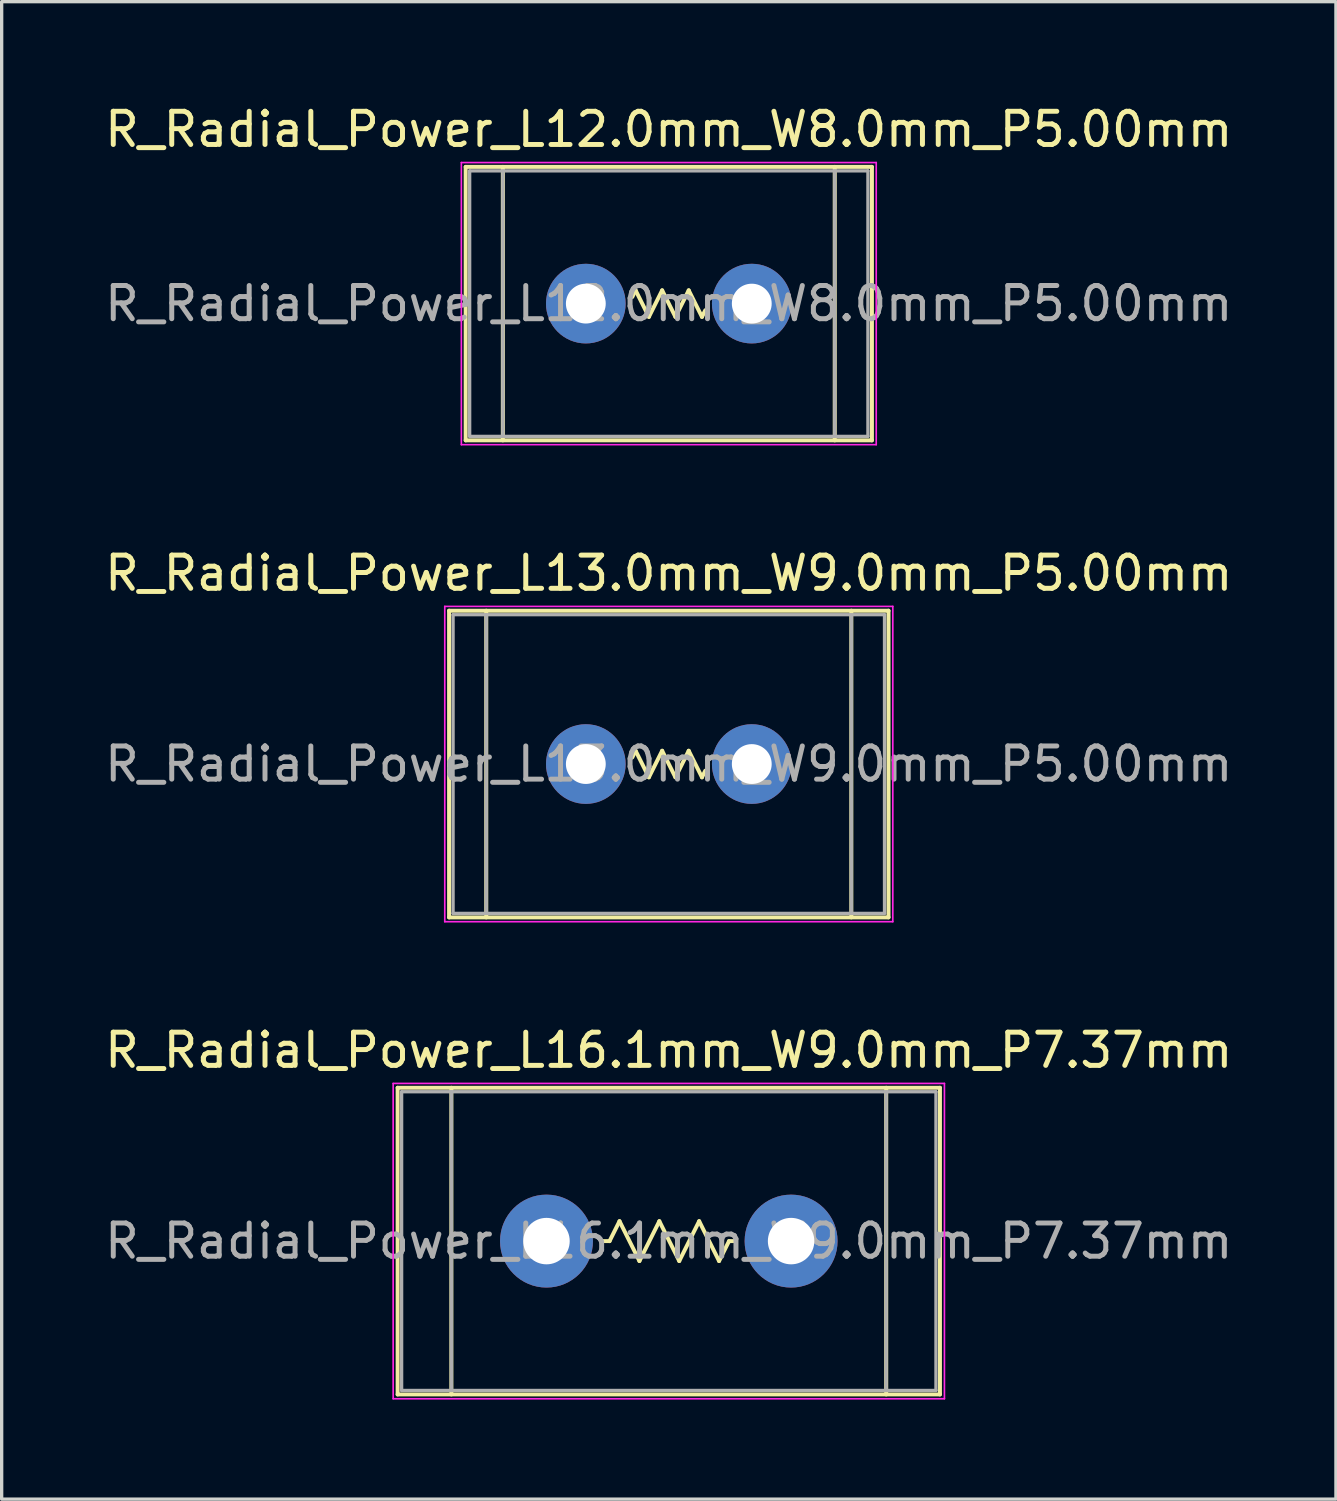
<source format=kicad_pcb>
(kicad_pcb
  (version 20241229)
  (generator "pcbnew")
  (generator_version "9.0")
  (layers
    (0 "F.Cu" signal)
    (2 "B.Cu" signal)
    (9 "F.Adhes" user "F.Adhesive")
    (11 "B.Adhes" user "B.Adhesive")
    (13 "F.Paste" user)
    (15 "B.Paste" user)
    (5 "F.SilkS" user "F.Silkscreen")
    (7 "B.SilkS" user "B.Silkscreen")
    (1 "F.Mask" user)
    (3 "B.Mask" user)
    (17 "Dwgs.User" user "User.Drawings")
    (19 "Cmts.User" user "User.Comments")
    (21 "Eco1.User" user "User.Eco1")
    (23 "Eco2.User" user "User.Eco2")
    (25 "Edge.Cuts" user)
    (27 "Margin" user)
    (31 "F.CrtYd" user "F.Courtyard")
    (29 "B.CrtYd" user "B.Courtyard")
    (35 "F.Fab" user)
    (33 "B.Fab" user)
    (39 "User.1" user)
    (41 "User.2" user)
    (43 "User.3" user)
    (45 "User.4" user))
  (footprint "R_Radial_Power_L13.0mm_W9.0mm_P5.00mm"
    (layer "F.Cu")
    (at 14.601 19.971)
    (property "Reference" "R_Radial_Power_L13.0mm_W9.0mm_P5.00mm" (at 2.5 -5.75 0) (layer "F.SilkS") (effects (font (size 1 1) (thickness 0.15))))
    (attr through_hole)
    (fp_line (start -4.12 -4.62) (end -4.12 4.62) (stroke (width 0.12) (type solid)) (layer "F.SilkS"))
    (fp_line (start -4.12 -4.62) (end 9.12 -4.62) (stroke (width 0.12) (type solid)) (layer "F.SilkS"))
    (fp_line (start -4.12 4.62) (end 9.12 4.62) (stroke (width 0.12) (type solid)) (layer "F.SilkS"))
    (fp_line (start -3 -4.62) (end -3 4.62) (stroke (width 0.12) (type solid)) (layer "F.SilkS"))
    (fp_line (start 1.4 -0.2) (end 1.5 -0.4) (stroke (width 0.12) (type solid)) (layer "F.SilkS"))
    (fp_line (start 1.5 -0.4) (end 1.9 0.4) (stroke (width 0.12) (type solid)) (layer "F.SilkS"))
    (fp_line (start 1.9 0.4) (end 2.3 -0.4) (stroke (width 0.12) (type solid)) (layer "F.SilkS"))
    (fp_line (start 2.3 -0.4) (end 2.7 0.4) (stroke (width 0.12) (type solid)) (layer "F.SilkS"))
    (fp_line (start 2.7 0.4) (end 3.1 -0.4) (stroke (width 0.12) (type solid)) (layer "F.SilkS"))
    (fp_line (start 3.1 -0.4) (end 3.5 0.4) (stroke (width 0.12) (type solid)) (layer "F.SilkS"))
    (fp_line (start 3.5 0.4) (end 3.6 0.2) (stroke (width 0.12) (type solid)) (layer "F.SilkS"))
    (fp_line (start 8 -4.62) (end 8 4.62) (stroke (width 0.12) (type solid)) (layer "F.SilkS"))
    (fp_line (start 9.12 -4.62) (end 9.12 4.62) (stroke (width 0.12) (type solid)) (layer "F.SilkS"))
    (fp_line (start -4.25 -4.75) (end -4.25 4.75) (stroke (width 0.05) (type solid)) (layer "F.CrtYd"))
    (fp_line (start -4.25 4.75) (end 9.25 4.75) (stroke (width 0.05) (type solid)) (layer "F.CrtYd"))
    (fp_line (start 9.25 -4.75) (end -4.25 -4.75) (stroke (width 0.05) (type solid)) (layer "F.CrtYd"))
    (fp_line (start 9.25 4.75) (end 9.25 -4.75) (stroke (width 0.05) (type solid)) (layer "F.CrtYd"))
    (fp_line (start -4 -4.5) (end -4 4.5) (stroke (width 0.1) (type solid)) (layer "F.Fab"))
    (fp_line (start -4 4.5) (end 9 4.5) (stroke (width 0.1) (type solid)) (layer "F.Fab"))
    (fp_line (start -3 -4.5) (end -3 4.5) (stroke (width 0.1) (type solid)) (layer "F.Fab"))
    (fp_line (start 8 -4.5) (end 8 4.5) (stroke (width 0.1) (type solid)) (layer "F.Fab"))
    (fp_line (start 9 -4.5) (end -4 -4.5) (stroke (width 0.1) (type solid)) (layer "F.Fab"))
    (fp_line (start 9 4.5) (end 9 -4.5) (stroke (width 0.1) (type solid)) (layer "F.Fab"))
    (fp_text user "${REFERENCE}" (at 2.5 0 0) (layer "F.Fab") (effects (font (size 1 1) (thickness 0.15))))
    (pad "1" thru_hole circle (at 0 0) (size 2.4 2.4) (drill 1.2) (layers "*.Cu" "*.Mask"))
    (pad "2" thru_hole circle (at 5 0) (size 2.4 2.4) (drill 1.2) (layers "*.Cu" "*.Mask")))
  (footprint "R_Radial_Power_L16.1mm_W9.0mm_P7.37mm"
    (layer "F.Cu")
    (at 13.416 34.345)
    (property "Reference" "R_Radial_Power_L16.1mm_W9.0mm_P7.37mm" (at 3.685 -5.75 0) (layer "F.SilkS") (effects (font (size 1 1) (thickness 0.15))))
    (attr through_hole)
    (fp_line (start -4.485 -4.62) (end -4.485 4.62) (stroke (width 0.12) (type solid)) (layer "F.SilkS"))
    (fp_line (start -4.485 -4.62) (end 11.855 -4.62) (stroke (width 0.12) (type solid)) (layer "F.SilkS"))
    (fp_line (start -4.485 4.62) (end 11.855 4.62) (stroke (width 0.12) (type solid)) (layer "F.SilkS"))
    (fp_line (start -2.866 -4.62) (end -2.866 4.62) (stroke (width 0.12) (type solid)) (layer "F.SilkS"))
    (fp_line (start 1.9 0) (end 1.7 0) (stroke (width 0.12) (type solid)) (layer "F.SilkS"))
    (fp_line (start 1.9 0) (end 2.2 -0.6) (stroke (width 0.12) (type solid)) (layer "F.SilkS"))
    (fp_line (start 2.2 -0.6) (end 2.8 0.6) (stroke (width 0.12) (type solid)) (layer "F.SilkS"))
    (fp_line (start 2.8 0.6) (end 3.4 -0.6) (stroke (width 0.12) (type solid)) (layer "F.SilkS"))
    (fp_line (start 3.4 -0.6) (end 4 0.6) (stroke (width 0.12) (type solid)) (layer "F.SilkS"))
    (fp_line (start 4 0.6) (end 4.6 -0.6) (stroke (width 0.12) (type solid)) (layer "F.SilkS"))
    (fp_line (start 4.6 -0.6) (end 5.2 0.6) (stroke (width 0.12) (type solid)) (layer "F.SilkS"))
    (fp_line (start 5.2 0.6) (end 5.5 0) (stroke (width 0.12) (type solid)) (layer "F.SilkS"))
    (fp_line (start 5.5 0) (end 5.7 0) (stroke (width 0.12) (type solid)) (layer "F.SilkS"))
    (fp_line (start 10.236 -4.62) (end 10.236 4.62) (stroke (width 0.12) (type solid)) (layer "F.SilkS"))
    (fp_line (start 11.855 -4.62) (end 11.855 4.62) (stroke (width 0.12) (type solid)) (layer "F.SilkS"))
    (fp_line (start -4.62 -4.75) (end -4.62 4.75) (stroke (width 0.05) (type solid)) (layer "F.CrtYd"))
    (fp_line (start -4.62 4.75) (end 11.99 4.75) (stroke (width 0.05) (type solid)) (layer "F.CrtYd"))
    (fp_line (start 11.99 -4.75) (end -4.62 -4.75) (stroke (width 0.05) (type solid)) (layer "F.CrtYd"))
    (fp_line (start 11.99 4.75) (end 11.99 -4.75) (stroke (width 0.05) (type solid)) (layer "F.CrtYd"))
    (fp_line (start -4.365 -4.5) (end -4.365 4.5) (stroke (width 0.1) (type solid)) (layer "F.Fab"))
    (fp_line (start -4.365 4.5) (end 11.735 4.5) (stroke (width 0.1) (type solid)) (layer "F.Fab"))
    (fp_line (start -2.865 -4.5) (end -2.865 4.5) (stroke (width 0.1) (type solid)) (layer "F.Fab"))
    (fp_line (start 10.235 -4.5) (end 10.235 4.5) (stroke (width 0.1) (type solid)) (layer "F.Fab"))
    (fp_line (start 11.735 -4.5) (end -4.365 -4.5) (stroke (width 0.1) (type solid)) (layer "F.Fab"))
    (fp_line (start 11.735 4.5) (end 11.735 -4.5) (stroke (width 0.1) (type solid)) (layer "F.Fab"))
    (fp_text user "${REFERENCE}" (at 3.685 0 0) (layer "F.Fab") (effects (font (size 1 1) (thickness 0.15))))
    (pad "1" thru_hole circle (at 0 0) (size 2.8 2.8) (drill 1.4) (layers "*.Cu" "*.Mask"))
    (pad "2" thru_hole circle (at 7.37 0) (size 2.8 2.8) (drill 1.4) (layers "*.Cu" "*.Mask")))
  (footprint "R_Radial_Power_L12.0mm_W8.0mm_P5.00mm"
    (layer "F.Cu")
    (at 14.601 6.098)
    (property "Reference" "R_Radial_Power_L12.0mm_W8.0mm_P5.00mm" (at 2.5 -5.25 0) (layer "F.SilkS") (effects (font (size 1 1) (thickness 0.15))))
    (attr through_hole)
    (fp_line (start -3.62 -4.12) (end -3.62 4.12) (stroke (width 0.12) (type solid)) (layer "F.SilkS"))
    (fp_line (start -3.62 -4.12) (end 8.62 -4.12) (stroke (width 0.12) (type solid)) (layer "F.SilkS"))
    (fp_line (start -3.62 4.12) (end 8.62 4.12) (stroke (width 0.12) (type solid)) (layer "F.SilkS"))
    (fp_line (start -2.5 -4.12) (end -2.5 4.12) (stroke (width 0.12) (type solid)) (layer "F.SilkS"))
    (fp_line (start 1.4 -0.2) (end 1.5 -0.4) (stroke (width 0.12) (type solid)) (layer "F.SilkS"))
    (fp_line (start 1.5 -0.4) (end 1.9 0.4) (stroke (width 0.12) (type solid)) (layer "F.SilkS"))
    (fp_line (start 1.9 0.4) (end 2.3 -0.4) (stroke (width 0.12) (type solid)) (layer "F.SilkS"))
    (fp_line (start 2.3 -0.4) (end 2.7 0.4) (stroke (width 0.12) (type solid)) (layer "F.SilkS"))
    (fp_line (start 2.7 0.4) (end 3.1 -0.4) (stroke (width 0.12) (type solid)) (layer "F.SilkS"))
    (fp_line (start 3.1 -0.4) (end 3.5 0.4) (stroke (width 0.12) (type solid)) (layer "F.SilkS"))
    (fp_line (start 3.5 0.4) (end 3.6 0.2) (stroke (width 0.12) (type solid)) (layer "F.SilkS"))
    (fp_line (start 7.5 -4.12) (end 7.5 4.12) (stroke (width 0.12) (type solid)) (layer "F.SilkS"))
    (fp_line (start 8.62 -4.12) (end 8.62 4.12) (stroke (width 0.12) (type solid)) (layer "F.SilkS"))
    (fp_line (start -3.75 -4.25) (end -3.75 4.25) (stroke (width 0.05) (type solid)) (layer "F.CrtYd"))
    (fp_line (start -3.75 4.25) (end 8.75 4.25) (stroke (width 0.05) (type solid)) (layer "F.CrtYd"))
    (fp_line (start 8.75 -4.25) (end -3.75 -4.25) (stroke (width 0.05) (type solid)) (layer "F.CrtYd"))
    (fp_line (start 8.75 4.25) (end 8.75 -4.25) (stroke (width 0.05) (type solid)) (layer "F.CrtYd"))
    (fp_line (start -3.5 -4) (end -3.5 4) (stroke (width 0.1) (type solid)) (layer "F.Fab"))
    (fp_line (start -3.5 4) (end 8.5 4) (stroke (width 0.1) (type solid)) (layer "F.Fab"))
    (fp_line (start -2.5 -4) (end -2.5 4) (stroke (width 0.1) (type solid)) (layer "F.Fab"))
    (fp_line (start 7.5 -4) (end 7.5 4) (stroke (width 0.1) (type solid)) (layer "F.Fab"))
    (fp_line (start 8.5 -4) (end -3.5 -4) (stroke (width 0.1) (type solid)) (layer "F.Fab"))
    (fp_line (start 8.5 4) (end 8.5 -4) (stroke (width 0.1) (type solid)) (layer "F.Fab"))
    (fp_text user "${REFERENCE}" (at 2.5 0 0) (layer "F.Fab") (effects (font (size 1 1) (thickness 0.15))))
    (pad "1" thru_hole circle (at 0 0) (size 2.4 2.4) (drill 1.2) (layers "*.Cu" "*.Mask"))
    (pad "2" thru_hole circle (at 5 0) (size 2.4 2.4) (drill 1.2) (layers "*.Cu" "*.Mask")))
  (gr_rect
    (start -3 -3)
    (end 37.202 42.12)
    (stroke (width 0.1) (type default))
    (fill no)
    (layer "Edge.Cuts")))
</source>
